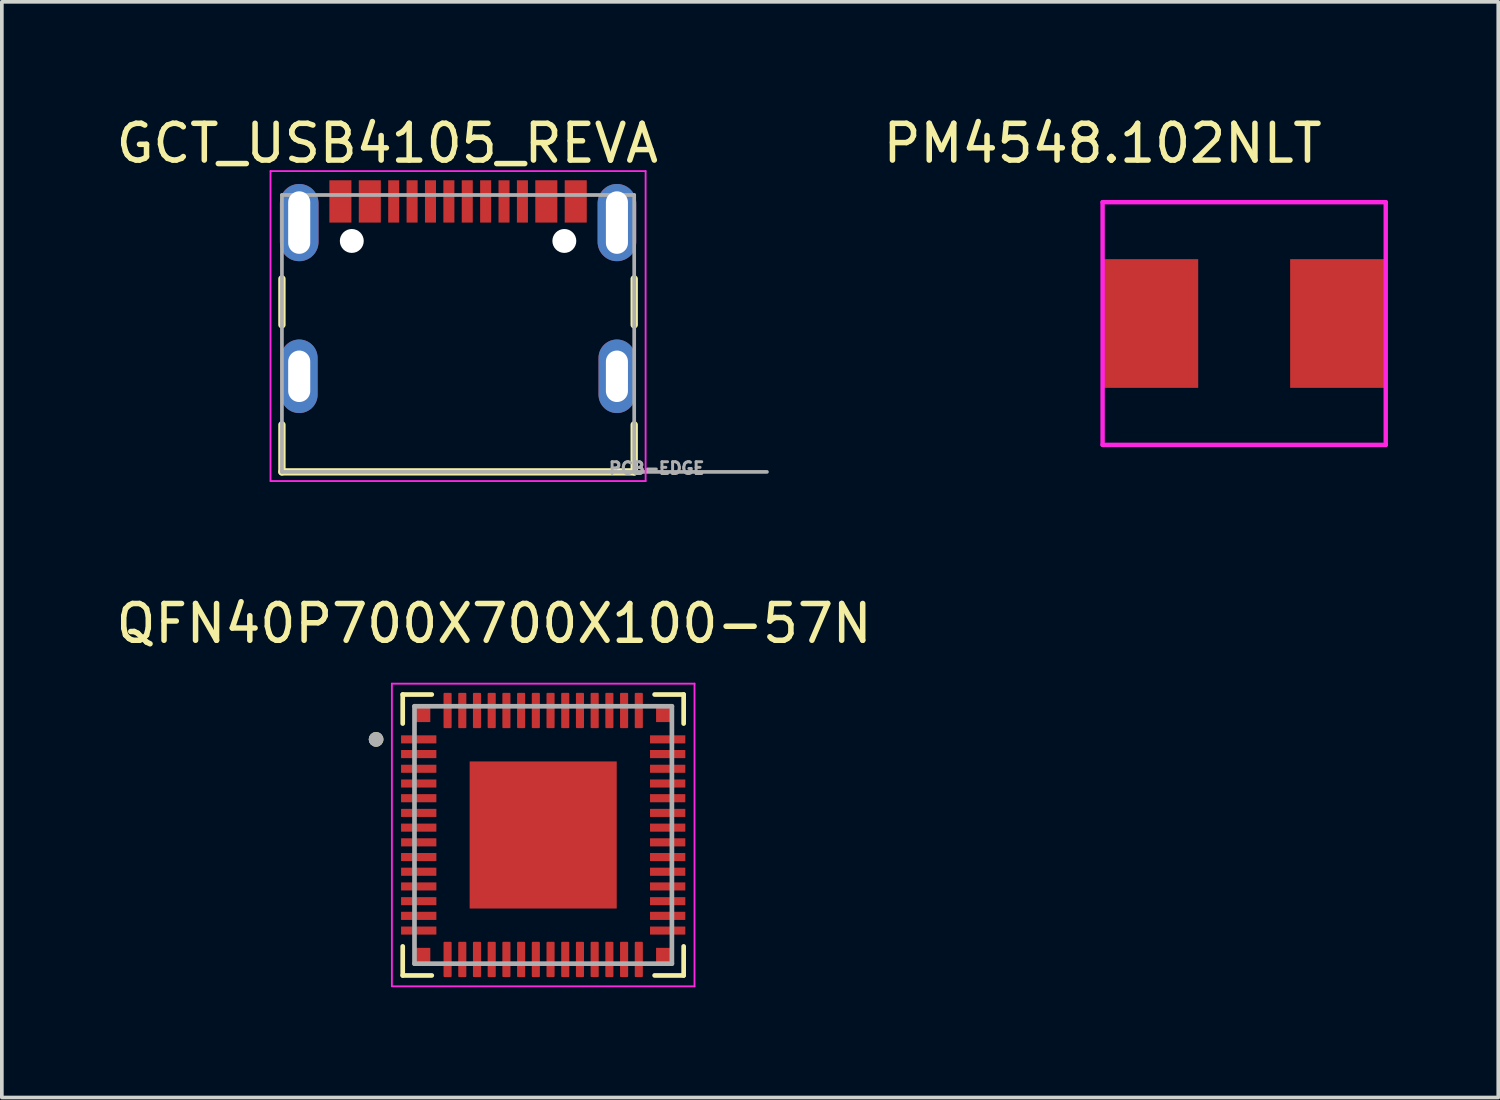
<source format=kicad_pcb>
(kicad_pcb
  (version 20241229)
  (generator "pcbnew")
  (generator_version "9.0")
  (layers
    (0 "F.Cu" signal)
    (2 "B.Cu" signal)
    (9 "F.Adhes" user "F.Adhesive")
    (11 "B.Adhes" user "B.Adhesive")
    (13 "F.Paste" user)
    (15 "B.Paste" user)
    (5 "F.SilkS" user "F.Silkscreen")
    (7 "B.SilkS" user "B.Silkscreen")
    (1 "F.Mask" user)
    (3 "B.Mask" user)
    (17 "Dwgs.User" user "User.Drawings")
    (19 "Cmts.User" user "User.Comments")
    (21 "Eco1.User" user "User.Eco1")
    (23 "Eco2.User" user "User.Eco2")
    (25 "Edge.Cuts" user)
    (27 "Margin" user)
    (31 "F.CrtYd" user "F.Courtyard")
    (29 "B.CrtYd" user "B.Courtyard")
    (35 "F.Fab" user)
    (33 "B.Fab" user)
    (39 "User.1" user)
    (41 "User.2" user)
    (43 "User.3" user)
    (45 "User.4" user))
  (footprint "QFN40P700X700X100-57N"
    (layer "F.Cu")
    (at 11.722 19.657)
    (property "Reference" "QFN40P700X700X100-57N" (at -1.335 -5.75 0) (layer "F.SilkS") (effects (font (size 1 1) (thickness 0.15))))
    (attr through_hole)
    (fp_line (start -3.82 -3.82) (end -3.82 -3.03) (stroke (width 0.127) (type solid)) (layer "F.SilkS"))
    (fp_line (start -3.82 -3.82) (end -3.03 -3.82) (stroke (width 0.127) (type solid)) (layer "F.SilkS"))
    (fp_line (start -3.82 3.82) (end -3.82 3.03) (stroke (width 0.127) (type solid)) (layer "F.SilkS"))
    (fp_line (start -3.82 3.82) (end -3.03 3.82) (stroke (width 0.127) (type solid)) (layer "F.SilkS"))
    (fp_line (start 3.82 -3.82) (end 3.03 -3.82) (stroke (width 0.127) (type solid)) (layer "F.SilkS"))
    (fp_line (start 3.82 -3.82) (end 3.82 -3.03) (stroke (width 0.127) (type solid)) (layer "F.SilkS"))
    (fp_line (start 3.82 3.82) (end 3.03 3.82) (stroke (width 0.127) (type solid)) (layer "F.SilkS"))
    (fp_line (start 3.82 3.82) (end 3.82 3.03) (stroke (width 0.127) (type solid)) (layer "F.SilkS"))
    (fp_circle (center -4.545 -2.6) (end -4.445 -2.6) (stroke (width 0.2) (type solid)) (fill no) (layer "F.SilkS"))
    (fp_poly (pts (xy -1.63 -1.63) (xy -0.37 -1.63) (xy -0.37 -0.37) (xy -1.63 -0.37)) (stroke (width 0.01) (type solid)) (fill yes) (layer "F.Paste"))
    (fp_poly (pts (xy -1.63 0.37) (xy -0.37 0.37) (xy -0.37 1.63) (xy -1.63 1.63)) (stroke (width 0.01) (type solid)) (fill yes) (layer "F.Paste"))
    (fp_poly (pts (xy 0.37 -1.63) (xy 1.63 -1.63) (xy 1.63 -0.37) (xy 0.37 -0.37)) (stroke (width 0.01) (type solid)) (fill yes) (layer "F.Paste"))
    (fp_poly (pts (xy 0.37 0.37) (xy 1.63 0.37) (xy 1.63 1.63) (xy 0.37 1.63)) (stroke (width 0.01) (type solid)) (fill yes) (layer "F.Paste"))
    (fp_line (start -4.115 -4.115) (end 4.115 -4.115) (stroke (width 0.05) (type solid)) (layer "F.CrtYd"))
    (fp_line (start -4.115 4.115) (end -4.115 -4.115) (stroke (width 0.05) (type solid)) (layer "F.CrtYd"))
    (fp_line (start -4.115 4.115) (end 4.115 4.115) (stroke (width 0.05) (type solid)) (layer "F.CrtYd"))
    (fp_line (start 4.115 4.115) (end 4.115 -4.115) (stroke (width 0.05) (type solid)) (layer "F.CrtYd"))
    (fp_line (start -3.5 3.5) (end -3.5 -3.5) (stroke (width 0.127) (type solid)) (layer "F.Fab"))
    (fp_line (start 3.5 -3.5) (end -3.5 -3.5) (stroke (width 0.127) (type solid)) (layer "F.Fab"))
    (fp_line (start 3.5 3.5) (end -3.5 3.5) (stroke (width 0.127) (type solid)) (layer "F.Fab"))
    (fp_line (start 3.5 3.5) (end 3.5 -3.5) (stroke (width 0.127) (type solid)) (layer "F.Fab"))
    (fp_circle (center -4.545 -2.6) (end -4.445 -2.6) (stroke (width 0.2) (type solid)) (fill no) (layer "F.Fab"))
    (pad "1" smd roundrect (at -3.385 -2.6) (size 0.96 0.22) (layers "F.Cu" "F.Mask" "F.Paste") (roundrect_rratio 0.03))
    (pad "2" smd roundrect (at -3.385 -2.2) (size 0.96 0.22) (layers "F.Cu" "F.Mask" "F.Paste") (roundrect_rratio 0.03))
    (pad "3" smd roundrect (at -3.385 -1.8) (size 0.96 0.22) (layers "F.Cu" "F.Mask" "F.Paste") (roundrect_rratio 0.03))
    (pad "4" smd roundrect (at -3.385 -1.4) (size 0.96 0.22) (layers "F.Cu" "F.Mask" "F.Paste") (roundrect_rratio 0.03))
    (pad "5" smd roundrect (at -3.385 -1) (size 0.96 0.22) (layers "F.Cu" "F.Mask" "F.Paste") (roundrect_rratio 0.03))
    (pad "6" smd roundrect (at -3.385 -0.6) (size 0.96 0.22) (layers "F.Cu" "F.Mask" "F.Paste") (roundrect_rratio 0.03))
    (pad "7" smd roundrect (at -3.385 -0.2) (size 0.96 0.22) (layers "F.Cu" "F.Mask" "F.Paste") (roundrect_rratio 0.03))
    (pad "8" smd roundrect (at -3.385 0.2) (size 0.96 0.22) (layers "F.Cu" "F.Mask" "F.Paste") (roundrect_rratio 0.03))
    (pad "9" smd roundrect (at -3.385 0.6) (size 0.96 0.22) (layers "F.Cu" "F.Mask" "F.Paste") (roundrect_rratio 0.03))
    (pad "10" smd roundrect (at -3.385 1) (size 0.96 0.22) (layers "F.Cu" "F.Mask" "F.Paste") (roundrect_rratio 0.03))
    (pad "11" smd roundrect (at -3.385 1.4) (size 0.96 0.22) (layers "F.Cu" "F.Mask" "F.Paste") (roundrect_rratio 0.03))
    (pad "12" smd roundrect (at -3.385 1.8) (size 0.96 0.22) (layers "F.Cu" "F.Mask" "F.Paste") (roundrect_rratio 0.03))
    (pad "13" smd roundrect (at -3.385 2.2) (size 0.96 0.22) (layers "F.Cu" "F.Mask" "F.Paste") (roundrect_rratio 0.03))
    (pad "14" smd roundrect (at -3.385 2.6) (size 0.96 0.22) (layers "F.Cu" "F.Mask" "F.Paste") (roundrect_rratio 0.03))
    (pad "15" smd roundrect (at -2.6 3.385) (size 0.22 0.96) (layers "F.Cu" "F.Mask" "F.Paste") (roundrect_rratio 0.12))
    (pad "16" smd roundrect (at -2.2 3.385) (size 0.22 0.96) (layers "F.Cu" "F.Mask" "F.Paste") (roundrect_rratio 0.12))
    (pad "17" smd roundrect (at -1.8 3.385) (size 0.22 0.96) (layers "F.Cu" "F.Mask" "F.Paste") (roundrect_rratio 0.12))
    (pad "18" smd roundrect (at -1.4 3.385) (size 0.22 0.96) (layers "F.Cu" "F.Mask" "F.Paste") (roundrect_rratio 0.12))
    (pad "19" smd roundrect (at -1 3.385) (size 0.22 0.96) (layers "F.Cu" "F.Mask" "F.Paste") (roundrect_rratio 0.12))
    (pad "20" smd roundrect (at -0.6 3.385) (size 0.22 0.96) (layers "F.Cu" "F.Mask" "F.Paste") (roundrect_rratio 0.12))
    (pad "21" smd roundrect (at -0.2 3.385) (size 0.22 0.96) (layers "F.Cu" "F.Mask" "F.Paste") (roundrect_rratio 0.12))
    (pad "22" smd roundrect (at 0.2 3.385) (size 0.22 0.96) (layers "F.Cu" "F.Mask" "F.Paste") (roundrect_rratio 0.12))
    (pad "23" smd roundrect (at 0.6 3.385) (size 0.22 0.96) (layers "F.Cu" "F.Mask" "F.Paste") (roundrect_rratio 0.12))
    (pad "24" smd roundrect (at 1 3.385) (size 0.22 0.96) (layers "F.Cu" "F.Mask" "F.Paste") (roundrect_rratio 0.12))
    (pad "25" smd roundrect (at 1.4 3.385) (size 0.22 0.96) (layers "F.Cu" "F.Mask" "F.Paste") (roundrect_rratio 0.12))
    (pad "26" smd roundrect (at 1.8 3.385) (size 0.22 0.96) (layers "F.Cu" "F.Mask" "F.Paste") (roundrect_rratio 0.12))
    (pad "27" smd roundrect (at 2.2 3.385) (size 0.22 0.96) (layers "F.Cu" "F.Mask" "F.Paste") (roundrect_rratio 0.12))
    (pad "28" smd roundrect (at 2.6 3.385) (size 0.22 0.96) (layers "F.Cu" "F.Mask" "F.Paste") (roundrect_rratio 0.12))
    (pad "29" smd roundrect (at 3.385 2.6) (size 0.96 0.22) (layers "F.Cu" "F.Mask" "F.Paste") (roundrect_rratio 0.03))
    (pad "30" smd roundrect (at 3.385 2.2) (size 0.96 0.22) (layers "F.Cu" "F.Mask" "F.Paste") (roundrect_rratio 0.03))
    (pad "31" smd roundrect (at 3.385 1.8) (size 0.96 0.22) (layers "F.Cu" "F.Mask" "F.Paste") (roundrect_rratio 0.03))
    (pad "32" smd roundrect (at 3.385 1.4) (size 0.96 0.22) (layers "F.Cu" "F.Mask" "F.Paste") (roundrect_rratio 0.03))
    (pad "33" smd roundrect (at 3.385 1) (size 0.96 0.22) (layers "F.Cu" "F.Mask" "F.Paste") (roundrect_rratio 0.03))
    (pad "34" smd roundrect (at 3.385 0.6) (size 0.96 0.22) (layers "F.Cu" "F.Mask" "F.Paste") (roundrect_rratio 0.03))
    (pad "35" smd roundrect (at 3.385 0.2) (size 0.96 0.22) (layers "F.Cu" "F.Mask" "F.Paste") (roundrect_rratio 0.03))
    (pad "36" smd roundrect (at 3.385 -0.2) (size 0.96 0.22) (layers "F.Cu" "F.Mask" "F.Paste") (roundrect_rratio 0.03))
    (pad "37" smd roundrect (at 3.385 -0.6) (size 0.96 0.22) (layers "F.Cu" "F.Mask" "F.Paste") (roundrect_rratio 0.03))
    (pad "38" smd roundrect (at 3.385 -1) (size 0.96 0.22) (layers "F.Cu" "F.Mask" "F.Paste") (roundrect_rratio 0.03))
    (pad "39" smd roundrect (at 3.385 -1.4) (size 0.96 0.22) (layers "F.Cu" "F.Mask" "F.Paste") (roundrect_rratio 0.03))
    (pad "40" smd roundrect (at 3.385 -1.8) (size 0.96 0.22) (layers "F.Cu" "F.Mask" "F.Paste") (roundrect_rratio 0.03))
    (pad "41" smd roundrect (at 3.385 -2.2) (size 0.96 0.22) (layers "F.Cu" "F.Mask" "F.Paste") (roundrect_rratio 0.03))
    (pad "42" smd roundrect (at 3.385 -2.6) (size 0.96 0.22) (layers "F.Cu" "F.Mask" "F.Paste") (roundrect_rratio 0.03))
    (pad "43" smd roundrect (at 2.6 -3.385) (size 0.22 0.96) (layers "F.Cu" "F.Mask" "F.Paste") (roundrect_rratio 0.12))
    (pad "44" smd roundrect (at 2.2 -3.385) (size 0.22 0.96) (layers "F.Cu" "F.Mask" "F.Paste") (roundrect_rratio 0.12))
    (pad "45" smd roundrect (at 1.8 -3.385) (size 0.22 0.96) (layers "F.Cu" "F.Mask" "F.Paste") (roundrect_rratio 0.12))
    (pad "46" smd roundrect (at 1.4 -3.385) (size 0.22 0.96) (layers "F.Cu" "F.Mask" "F.Paste") (roundrect_rratio 0.12))
    (pad "47" smd roundrect (at 1 -3.385) (size 0.22 0.96) (layers "F.Cu" "F.Mask" "F.Paste") (roundrect_rratio 0.12))
    (pad "48" smd roundrect (at 0.6 -3.385) (size 0.22 0.96) (layers "F.Cu" "F.Mask" "F.Paste") (roundrect_rratio 0.12))
    (pad "49" smd roundrect (at 0.2 -3.385) (size 0.22 0.96) (layers "F.Cu" "F.Mask" "F.Paste") (roundrect_rratio 0.12))
    (pad "50" smd roundrect (at -0.2 -3.385) (size 0.22 0.96) (layers "F.Cu" "F.Mask" "F.Paste") (roundrect_rratio 0.12))
    (pad "51" smd roundrect (at -0.6 -3.385) (size 0.22 0.96) (layers "F.Cu" "F.Mask" "F.Paste") (roundrect_rratio 0.12))
    (pad "52" smd roundrect (at -1 -3.385) (size 0.22 0.96) (layers "F.Cu" "F.Mask" "F.Paste") (roundrect_rratio 0.12))
    (pad "53" smd roundrect (at -1.4 -3.385) (size 0.22 0.96) (layers "F.Cu" "F.Mask" "F.Paste") (roundrect_rratio 0.12))
    (pad "54" smd roundrect (at -1.8 -3.385) (size 0.22 0.96) (layers "F.Cu" "F.Mask" "F.Paste") (roundrect_rratio 0.12))
    (pad "55" smd roundrect (at -2.2 -3.385) (size 0.22 0.96) (layers "F.Cu" "F.Mask" "F.Paste") (roundrect_rratio 0.12))
    (pad "56" smd roundrect (at -2.6 -3.385) (size 0.22 0.96) (layers "F.Cu" "F.Mask" "F.Paste") (roundrect_rratio 0.12))
    (pad "57" smd rect (at 0 0) (size 4 4) (layers "F.Cu" "F.Mask"))
    (pad "57.1" smd rect (at -3.285 -3.285) (size 0.43 0.43) (layers "F.Cu" "F.Mask" "F.Paste"))
    (pad "57.2" smd rect (at -3.285 3.285) (size 0.43 0.43) (layers "F.Cu" "F.Mask" "F.Paste"))
    (pad "57.3" smd rect (at 3.285 3.285) (size 0.43 0.43) (layers "F.Cu" "F.Mask" "F.Paste"))
    (pad "57.4" smd rect (at 3.285 -3.285) (size 0.43 0.43) (layers "F.Cu" "F.Mask" "F.Paste")))
  (footprint "PM4548.102NLT"
    (layer "F.Cu")
    (at 26.935 2.448)
    (property "Reference" "PM4548.102NLT" (at 0 -1.6 0) (layer "F.SilkS") (effects (font (size 1 1) (thickness 0.15))))
    (attr through_hole)
    (fp_line (start 0 0) (end 7.7 0) (stroke (width 0.12) (type solid)) (layer "F.CrtYd"))
    (fp_line (start 0 6.6) (end 0 0) (stroke (width 0.12) (type solid)) (layer "F.CrtYd"))
    (fp_line (start 7.7 0) (end 7.7 6.6) (stroke (width 0.12) (type solid)) (layer "F.CrtYd"))
    (fp_line (start 7.7 6.6) (end 0 6.6) (stroke (width 0.12) (type solid)) (layer "F.CrtYd"))
    (pad "1" smd rect (at 0 3.3) (size 2.6 3.5) (drill (offset 1.3 0)) (layers "F.Cu" "F.Mask" "F.Paste"))
    (pad "2" smd rect (at 7.7 3.3 180) (size 2.6 3.5) (drill (offset 1.3 0)) (layers "F.Cu" "F.Mask" "F.Paste")))
  (footprint "GCT_USB4105_REVA"
    (layer "F.Cu")
    (at 9.407 7.183)
    (property "Reference" "GCT_USB4105_REVA" (at -1.925 -6.335 0) (layer "F.SilkS") (effects (font (size 1 1) (thickness 0.15))))
    (attr through_hole)
    (fp_line (start -4.79 -2.65) (end -4.79 -1.4) (stroke (width 0.2) (type solid)) (layer "F.SilkS"))
    (fp_line (start -4.79 1.32) (end -4.79 2.6) (stroke (width 0.2) (type solid)) (layer "F.SilkS"))
    (fp_line (start -4.79 2.6) (end 4.79 2.6) (stroke (width 0.2) (type solid)) (layer "F.SilkS"))
    (fp_line (start 4.79 -2.65) (end 4.79 -1.4) (stroke (width 0.2) (type solid)) (layer "F.SilkS"))
    (fp_line (start 4.79 2.6) (end 4.79 1.32) (stroke (width 0.2) (type solid)) (layer "F.SilkS"))
    (fp_line (start -5.1 -5.58) (end -5.1 2.85) (stroke (width 0.05) (type solid)) (layer "F.CrtYd"))
    (fp_line (start -5.1 2.85) (end 5.1 2.85) (stroke (width 0.05) (type solid)) (layer "F.CrtYd"))
    (fp_line (start 5.1 -5.58) (end -5.1 -5.58) (stroke (width 0.05) (type solid)) (layer "F.CrtYd"))
    (fp_line (start 5.1 2.85) (end 5.1 -5.58) (stroke (width 0.05) (type solid)) (layer "F.CrtYd"))
    (fp_line (start -4.79 -4.93) (end 4.79 -4.93) (stroke (width 0.1) (type solid)) (layer "F.Fab"))
    (fp_line (start -4.79 2.6) (end -4.79 -4.93) (stroke (width 0.1) (type solid)) (layer "F.Fab"))
    (fp_line (start 4.79 -4.93) (end 4.79 2.6) (stroke (width 0.1) (type solid)) (layer "F.Fab"))
    (fp_line (start 4.79 2.6) (end -4.79 2.6) (stroke (width 0.1) (type solid)) (layer "F.Fab"))
    (fp_line (start 4.8 2.6) (end 8.4 2.6) (stroke (width 0.1) (type solid)) (layer "F.Fab"))
    (fp_text user "PCB-EDGE" (at 5.4 2.5 0) (layer "F.Fab") (effects (font (size 0.32 0.32) (thickness 0.15))))
    (pad "" np_thru_hole circle (at -2.89 -3.68) (size 0.65 0.65) (drill 0.65) (layers "*.Cu" "*.Mask"))
    (pad "" np_thru_hole circle (at 2.89 -3.68) (size 0.65 0.65) (drill 0.65) (layers "*.Cu" "*.Mask"))
    (pad "A1/B12" smd rect (at -3.2 -4.755) (size 0.6 1.15) (layers "F.Cu" "F.Mask" "F.Paste"))
    (pad "A4/B9" smd rect (at -2.4 -4.755) (size 0.6 1.15) (layers "F.Cu" "F.Mask" "F.Paste"))
    (pad "A5" smd rect (at -1.25 -4.755) (size 0.3 1.15) (layers "F.Cu" "F.Mask" "F.Paste"))
    (pad "A6" smd rect (at -0.25 -4.755) (size 0.3 1.15) (layers "F.Cu" "F.Mask" "F.Paste"))
    (pad "A7" smd rect (at 0.25 -4.755) (size 0.3 1.15) (layers "F.Cu" "F.Mask" "F.Paste"))
    (pad "A8" smd rect (at 1.25 -4.755) (size 0.3 1.15) (layers "F.Cu" "F.Mask" "F.Paste"))
    (pad "B1/A12" smd rect (at 3.2 -4.755) (size 0.6 1.15) (layers "F.Cu" "F.Mask" "F.Paste"))
    (pad "B4/A9" smd rect (at 2.4 -4.755) (size 0.6 1.15) (layers "F.Cu" "F.Mask" "F.Paste"))
    (pad "B5" smd rect (at 1.75 -4.755) (size 0.3 1.15) (layers "F.Cu" "F.Mask" "F.Paste"))
    (pad "B6" smd rect (at 0.75 -4.755) (size 0.3 1.15) (layers "F.Cu" "F.Mask" "F.Paste"))
    (pad "B7" smd rect (at -0.75 -4.755) (size 0.3 1.15) (layers "F.Cu" "F.Mask" "F.Paste"))
    (pad "B8" smd rect (at -1.75 -4.755) (size 0.3 1.15) (layers "F.Cu" "F.Mask" "F.Paste"))
    (pad "G1" thru_hole oval (at -4.32 0) (size 1 2) (drill oval 0.6 1.4) (layers "*.Cu" "*.Mask"))
    (pad "G2" thru_hole oval (at 4.32 0) (size 1 2) (drill oval 0.6 1.4) (layers "*.Cu" "*.Mask"))
    (pad "G3" thru_hole oval (at -4.32 -4.18) (size 1.05 2.1) (drill oval 0.6 1.7) (layers "*.Cu" "*.Mask"))
    (pad "G4" thru_hole oval (at 4.32 -4.18) (size 1.05 2.1) (drill oval 0.6 1.7) (layers "*.Cu" "*.Mask")))
  (gr_rect
    (start -3 -3)
    (end 37.695 26.797)
    (stroke (width 0.1) (type default))
    (fill no)
    (layer "Edge.Cuts")))
</source>
